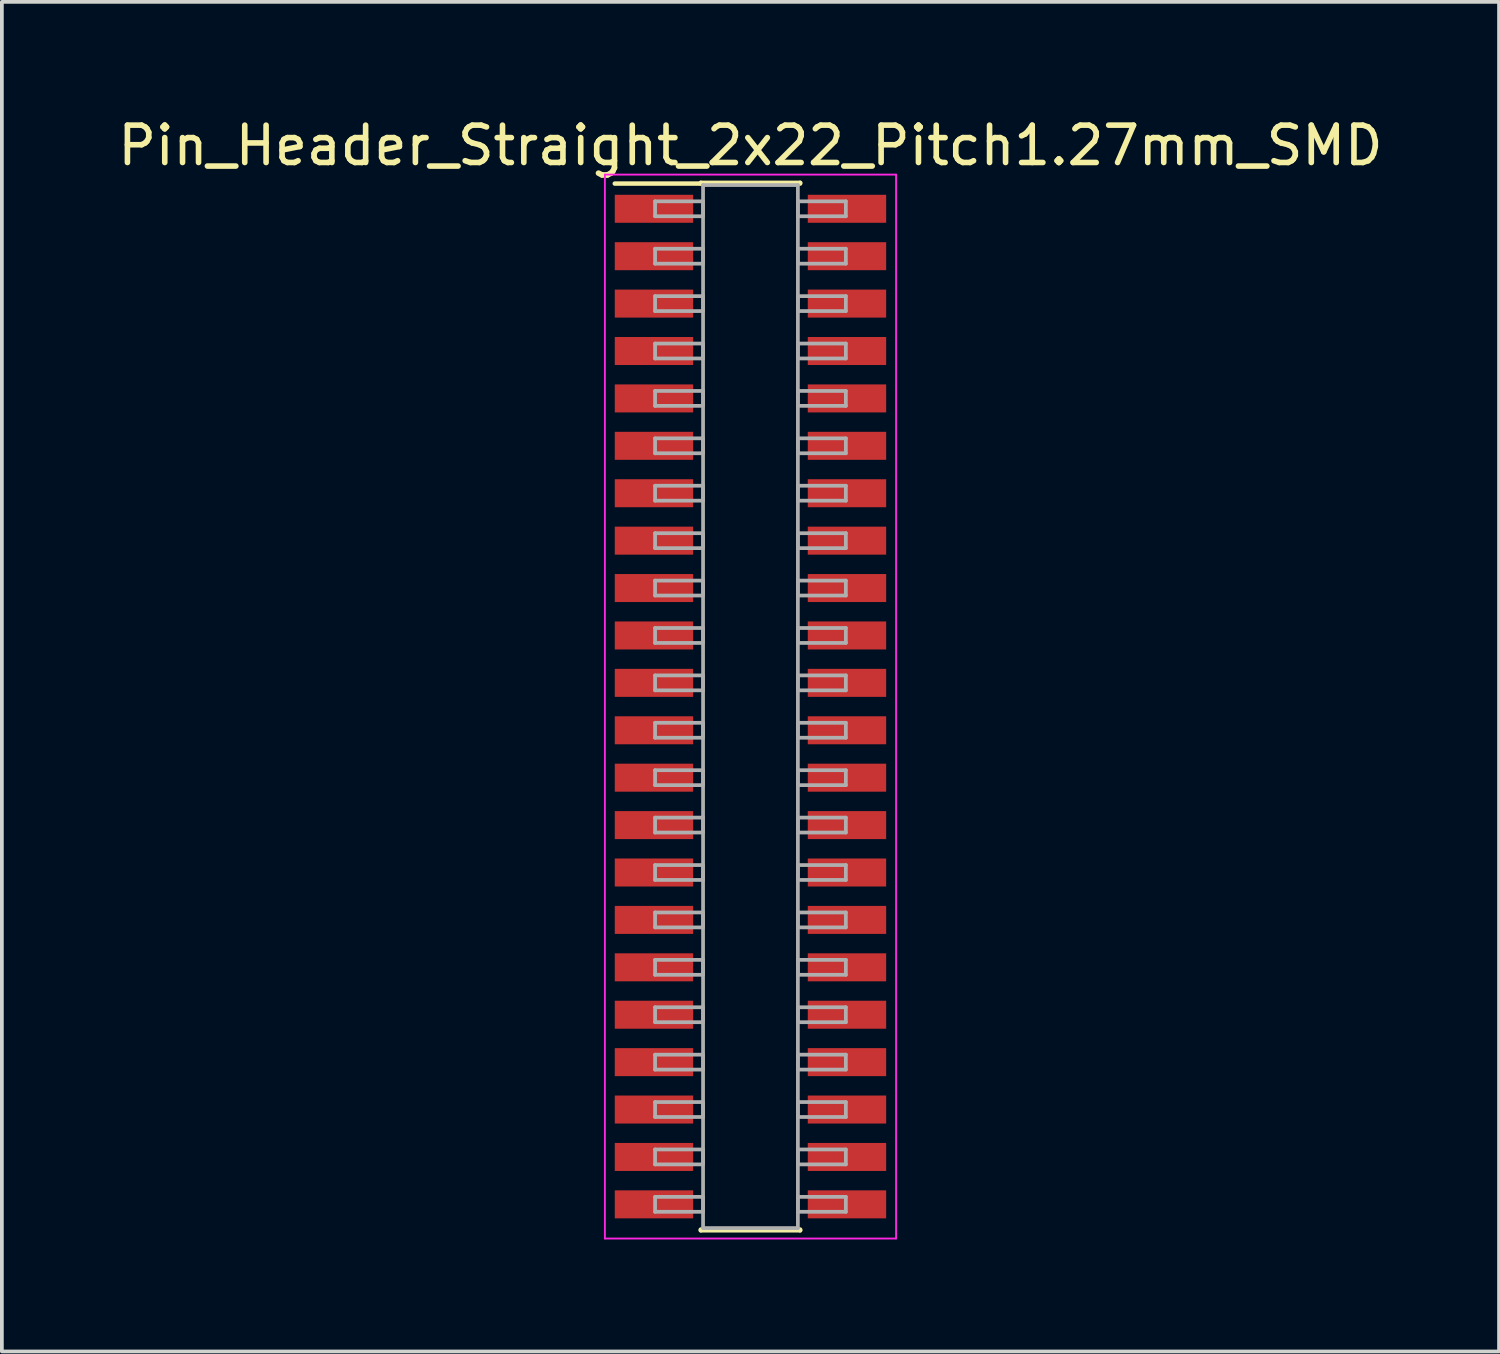
<source format=kicad_pcb>
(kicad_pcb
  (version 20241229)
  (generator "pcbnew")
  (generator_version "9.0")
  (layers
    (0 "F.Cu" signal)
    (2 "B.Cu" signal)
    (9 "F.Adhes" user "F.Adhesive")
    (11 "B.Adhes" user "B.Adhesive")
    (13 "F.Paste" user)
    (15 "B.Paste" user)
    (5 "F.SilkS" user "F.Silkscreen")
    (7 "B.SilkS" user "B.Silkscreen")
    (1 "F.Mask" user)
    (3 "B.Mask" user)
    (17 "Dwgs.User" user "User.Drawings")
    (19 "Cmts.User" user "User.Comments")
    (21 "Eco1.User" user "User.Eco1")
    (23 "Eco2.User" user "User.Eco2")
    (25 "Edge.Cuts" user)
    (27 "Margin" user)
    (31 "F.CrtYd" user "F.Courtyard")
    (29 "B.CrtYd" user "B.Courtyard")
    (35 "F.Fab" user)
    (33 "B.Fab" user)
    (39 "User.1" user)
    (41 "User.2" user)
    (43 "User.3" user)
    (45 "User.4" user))
  (footprint "Pin_Header_Straight_2x22_Pitch1.27mm_SMD"
    (layer "F.Cu")
    (at 17.054 15.878)
    (property "Reference" "Pin_Header_Straight_2x22_Pitch1.27mm_SMD" (at 0 -15.03 0) (layer "F.SilkS") (effects (font (size 1 1) (thickness 0.15))))
    (attr smd)
    (fp_line (start -3.635 -14.01) (end -1.33 -14.01) (stroke (width 0.12) (type solid)) (layer "F.SilkS"))
    (fp_line (start -1.33 -14.03) (end 1.33 -14.03) (stroke (width 0.12) (type solid)) (layer "F.SilkS"))
    (fp_line (start -1.33 -14.01) (end -1.33 -14.03) (stroke (width 0.12) (type solid)) (layer "F.SilkS"))
    (fp_line (start -1.33 14.01) (end -1.33 14.03) (stroke (width 0.12) (type solid)) (layer "F.SilkS"))
    (fp_line (start -1.33 14.03) (end 1.33 14.03) (stroke (width 0.12) (type solid)) (layer "F.SilkS"))
    (fp_line (start 1.33 -14.03) (end 1.33 -14.01) (stroke (width 0.12) (type solid)) (layer "F.SilkS"))
    (fp_line (start 1.33 14.03) (end 1.33 14.01) (stroke (width 0.12) (type solid)) (layer "F.SilkS"))
    (fp_line (start -3.9 -14.25) (end -3.9 14.25) (stroke (width 0.05) (type solid)) (layer "F.CrtYd"))
    (fp_line (start -3.9 14.25) (end 3.9 14.25) (stroke (width 0.05) (type solid)) (layer "F.CrtYd"))
    (fp_line (start 3.9 -14.25) (end -3.9 -14.25) (stroke (width 0.05) (type solid)) (layer "F.CrtYd"))
    (fp_line (start 3.9 14.25) (end 3.9 -14.25) (stroke (width 0.05) (type solid)) (layer "F.CrtYd"))
    (fp_line (start -2.555 -13.535) (end -1.27 -13.535) (stroke (width 0.1) (type solid)) (layer "F.Fab"))
    (fp_line (start -2.555 -13.135) (end -2.555 -13.535) (stroke (width 0.1) (type solid)) (layer "F.Fab"))
    (fp_line (start -2.555 -12.265) (end -1.27 -12.265) (stroke (width 0.1) (type solid)) (layer "F.Fab"))
    (fp_line (start -2.555 -11.865) (end -2.555 -12.265) (stroke (width 0.1) (type solid)) (layer "F.Fab"))
    (fp_line (start -2.555 -10.995) (end -1.27 -10.995) (stroke (width 0.1) (type solid)) (layer "F.Fab"))
    (fp_line (start -2.555 -10.595) (end -2.555 -10.995) (stroke (width 0.1) (type solid)) (layer "F.Fab"))
    (fp_line (start -2.555 -9.725) (end -1.27 -9.725) (stroke (width 0.1) (type solid)) (layer "F.Fab"))
    (fp_line (start -2.555 -9.325) (end -2.555 -9.725) (stroke (width 0.1) (type solid)) (layer "F.Fab"))
    (fp_line (start -2.555 -8.455) (end -1.27 -8.455) (stroke (width 0.1) (type solid)) (layer "F.Fab"))
    (fp_line (start -2.555 -8.055) (end -2.555 -8.455) (stroke (width 0.1) (type solid)) (layer "F.Fab"))
    (fp_line (start -2.555 -7.185) (end -1.27 -7.185) (stroke (width 0.1) (type solid)) (layer "F.Fab"))
    (fp_line (start -2.555 -6.785) (end -2.555 -7.185) (stroke (width 0.1) (type solid)) (layer "F.Fab"))
    (fp_line (start -2.555 -5.915) (end -1.27 -5.915) (stroke (width 0.1) (type solid)) (layer "F.Fab"))
    (fp_line (start -2.555 -5.515) (end -2.555 -5.915) (stroke (width 0.1) (type solid)) (layer "F.Fab"))
    (fp_line (start -2.555 -4.645) (end -1.27 -4.645) (stroke (width 0.1) (type solid)) (layer "F.Fab"))
    (fp_line (start -2.555 -4.245) (end -2.555 -4.645) (stroke (width 0.1) (type solid)) (layer "F.Fab"))
    (fp_line (start -2.555 -3.375) (end -1.27 -3.375) (stroke (width 0.1) (type solid)) (layer "F.Fab"))
    (fp_line (start -2.555 -2.975) (end -2.555 -3.375) (stroke (width 0.1) (type solid)) (layer "F.Fab"))
    (fp_line (start -2.555 -2.105) (end -1.27 -2.105) (stroke (width 0.1) (type solid)) (layer "F.Fab"))
    (fp_line (start -2.555 -1.705) (end -2.555 -2.105) (stroke (width 0.1) (type solid)) (layer "F.Fab"))
    (fp_line (start -2.555 -0.835) (end -1.27 -0.835) (stroke (width 0.1) (type solid)) (layer "F.Fab"))
    (fp_line (start -2.555 -0.435) (end -2.555 -0.835) (stroke (width 0.1) (type solid)) (layer "F.Fab"))
    (fp_line (start -2.555 0.435) (end -1.27 0.435) (stroke (width 0.1) (type solid)) (layer "F.Fab"))
    (fp_line (start -2.555 0.835) (end -2.555 0.435) (stroke (width 0.1) (type solid)) (layer "F.Fab"))
    (fp_line (start -2.555 1.705) (end -1.27 1.705) (stroke (width 0.1) (type solid)) (layer "F.Fab"))
    (fp_line (start -2.555 2.105) (end -2.555 1.705) (stroke (width 0.1) (type solid)) (layer "F.Fab"))
    (fp_line (start -2.555 2.975) (end -1.27 2.975) (stroke (width 0.1) (type solid)) (layer "F.Fab"))
    (fp_line (start -2.555 3.375) (end -2.555 2.975) (stroke (width 0.1) (type solid)) (layer "F.Fab"))
    (fp_line (start -2.555 4.245) (end -1.27 4.245) (stroke (width 0.1) (type solid)) (layer "F.Fab"))
    (fp_line (start -2.555 4.645) (end -2.555 4.245) (stroke (width 0.1) (type solid)) (layer "F.Fab"))
    (fp_line (start -2.555 5.515) (end -1.27 5.515) (stroke (width 0.1) (type solid)) (layer "F.Fab"))
    (fp_line (start -2.555 5.915) (end -2.555 5.515) (stroke (width 0.1) (type solid)) (layer "F.Fab"))
    (fp_line (start -2.555 6.785) (end -1.27 6.785) (stroke (width 0.1) (type solid)) (layer "F.Fab"))
    (fp_line (start -2.555 7.185) (end -2.555 6.785) (stroke (width 0.1) (type solid)) (layer "F.Fab"))
    (fp_line (start -2.555 8.055) (end -1.27 8.055) (stroke (width 0.1) (type solid)) (layer "F.Fab"))
    (fp_line (start -2.555 8.455) (end -2.555 8.055) (stroke (width 0.1) (type solid)) (layer "F.Fab"))
    (fp_line (start -2.555 9.325) (end -1.27 9.325) (stroke (width 0.1) (type solid)) (layer "F.Fab"))
    (fp_line (start -2.555 9.725) (end -2.555 9.325) (stroke (width 0.1) (type solid)) (layer "F.Fab"))
    (fp_line (start -2.555 10.595) (end -1.27 10.595) (stroke (width 0.1) (type solid)) (layer "F.Fab"))
    (fp_line (start -2.555 10.995) (end -2.555 10.595) (stroke (width 0.1) (type solid)) (layer "F.Fab"))
    (fp_line (start -2.555 11.865) (end -1.27 11.865) (stroke (width 0.1) (type solid)) (layer "F.Fab"))
    (fp_line (start -2.555 12.265) (end -2.555 11.865) (stroke (width 0.1) (type solid)) (layer "F.Fab"))
    (fp_line (start -2.555 13.135) (end -1.27 13.135) (stroke (width 0.1) (type solid)) (layer "F.Fab"))
    (fp_line (start -2.555 13.535) (end -2.555 13.135) (stroke (width 0.1) (type solid)) (layer "F.Fab"))
    (fp_line (start -1.27 -13.97) (end -1.27 13.97) (stroke (width 0.1) (type solid)) (layer "F.Fab"))
    (fp_line (start -1.27 -13.535) (end -1.27 -13.135) (stroke (width 0.1) (type solid)) (layer "F.Fab"))
    (fp_line (start -1.27 -13.135) (end -2.555 -13.135) (stroke (width 0.1) (type solid)) (layer "F.Fab"))
    (fp_line (start -1.27 -12.265) (end -1.27 -11.865) (stroke (width 0.1) (type solid)) (layer "F.Fab"))
    (fp_line (start -1.27 -11.865) (end -2.555 -11.865) (stroke (width 0.1) (type solid)) (layer "F.Fab"))
    (fp_line (start -1.27 -10.995) (end -1.27 -10.595) (stroke (width 0.1) (type solid)) (layer "F.Fab"))
    (fp_line (start -1.27 -10.595) (end -2.555 -10.595) (stroke (width 0.1) (type solid)) (layer "F.Fab"))
    (fp_line (start -1.27 -9.725) (end -1.27 -9.325) (stroke (width 0.1) (type solid)) (layer "F.Fab"))
    (fp_line (start -1.27 -9.325) (end -2.555 -9.325) (stroke (width 0.1) (type solid)) (layer "F.Fab"))
    (fp_line (start -1.27 -8.455) (end -1.27 -8.055) (stroke (width 0.1) (type solid)) (layer "F.Fab"))
    (fp_line (start -1.27 -8.055) (end -2.555 -8.055) (stroke (width 0.1) (type solid)) (layer "F.Fab"))
    (fp_line (start -1.27 -7.185) (end -1.27 -6.785) (stroke (width 0.1) (type solid)) (layer "F.Fab"))
    (fp_line (start -1.27 -6.785) (end -2.555 -6.785) (stroke (width 0.1) (type solid)) (layer "F.Fab"))
    (fp_line (start -1.27 -5.915) (end -1.27 -5.515) (stroke (width 0.1) (type solid)) (layer "F.Fab"))
    (fp_line (start -1.27 -5.515) (end -2.555 -5.515) (stroke (width 0.1) (type solid)) (layer "F.Fab"))
    (fp_line (start -1.27 -4.645) (end -1.27 -4.245) (stroke (width 0.1) (type solid)) (layer "F.Fab"))
    (fp_line (start -1.27 -4.245) (end -2.555 -4.245) (stroke (width 0.1) (type solid)) (layer "F.Fab"))
    (fp_line (start -1.27 -3.375) (end -1.27 -2.975) (stroke (width 0.1) (type solid)) (layer "F.Fab"))
    (fp_line (start -1.27 -2.975) (end -2.555 -2.975) (stroke (width 0.1) (type solid)) (layer "F.Fab"))
    (fp_line (start -1.27 -2.105) (end -1.27 -1.705) (stroke (width 0.1) (type solid)) (layer "F.Fab"))
    (fp_line (start -1.27 -1.705) (end -2.555 -1.705) (stroke (width 0.1) (type solid)) (layer "F.Fab"))
    (fp_line (start -1.27 -0.835) (end -1.27 -0.435) (stroke (width 0.1) (type solid)) (layer "F.Fab"))
    (fp_line (start -1.27 -0.435) (end -2.555 -0.435) (stroke (width 0.1) (type solid)) (layer "F.Fab"))
    (fp_line (start -1.27 0.435) (end -1.27 0.835) (stroke (width 0.1) (type solid)) (layer "F.Fab"))
    (fp_line (start -1.27 0.835) (end -2.555 0.835) (stroke (width 0.1) (type solid)) (layer "F.Fab"))
    (fp_line (start -1.27 1.705) (end -1.27 2.105) (stroke (width 0.1) (type solid)) (layer "F.Fab"))
    (fp_line (start -1.27 2.105) (end -2.555 2.105) (stroke (width 0.1) (type solid)) (layer "F.Fab"))
    (fp_line (start -1.27 2.975) (end -1.27 3.375) (stroke (width 0.1) (type solid)) (layer "F.Fab"))
    (fp_line (start -1.27 3.375) (end -2.555 3.375) (stroke (width 0.1) (type solid)) (layer "F.Fab"))
    (fp_line (start -1.27 4.245) (end -1.27 4.645) (stroke (width 0.1) (type solid)) (layer "F.Fab"))
    (fp_line (start -1.27 4.645) (end -2.555 4.645) (stroke (width 0.1) (type solid)) (layer "F.Fab"))
    (fp_line (start -1.27 5.515) (end -1.27 5.915) (stroke (width 0.1) (type solid)) (layer "F.Fab"))
    (fp_line (start -1.27 5.915) (end -2.555 5.915) (stroke (width 0.1) (type solid)) (layer "F.Fab"))
    (fp_line (start -1.27 6.785) (end -1.27 7.185) (stroke (width 0.1) (type solid)) (layer "F.Fab"))
    (fp_line (start -1.27 7.185) (end -2.555 7.185) (stroke (width 0.1) (type solid)) (layer "F.Fab"))
    (fp_line (start -1.27 8.055) (end -1.27 8.455) (stroke (width 0.1) (type solid)) (layer "F.Fab"))
    (fp_line (start -1.27 8.455) (end -2.555 8.455) (stroke (width 0.1) (type solid)) (layer "F.Fab"))
    (fp_line (start -1.27 9.325) (end -1.27 9.725) (stroke (width 0.1) (type solid)) (layer "F.Fab"))
    (fp_line (start -1.27 9.725) (end -2.555 9.725) (stroke (width 0.1) (type solid)) (layer "F.Fab"))
    (fp_line (start -1.27 10.595) (end -1.27 10.995) (stroke (width 0.1) (type solid)) (layer "F.Fab"))
    (fp_line (start -1.27 10.995) (end -2.555 10.995) (stroke (width 0.1) (type solid)) (layer "F.Fab"))
    (fp_line (start -1.27 11.865) (end -1.27 12.265) (stroke (width 0.1) (type solid)) (layer "F.Fab"))
    (fp_line (start -1.27 12.265) (end -2.555 12.265) (stroke (width 0.1) (type solid)) (layer "F.Fab"))
    (fp_line (start -1.27 13.135) (end -1.27 13.535) (stroke (width 0.1) (type solid)) (layer "F.Fab"))
    (fp_line (start -1.27 13.535) (end -2.555 13.535) (stroke (width 0.1) (type solid)) (layer "F.Fab"))
    (fp_line (start -1.27 13.97) (end 1.27 13.97) (stroke (width 0.1) (type solid)) (layer "F.Fab"))
    (fp_line (start 1.27 -13.97) (end -1.27 -13.97) (stroke (width 0.1) (type solid)) (layer "F.Fab"))
    (fp_line (start 1.27 -13.535) (end 1.27 -13.135) (stroke (width 0.1) (type solid)) (layer "F.Fab"))
    (fp_line (start 1.27 -13.135) (end 2.555 -13.135) (stroke (width 0.1) (type solid)) (layer "F.Fab"))
    (fp_line (start 1.27 -12.265) (end 1.27 -11.865) (stroke (width 0.1) (type solid)) (layer "F.Fab"))
    (fp_line (start 1.27 -11.865) (end 2.555 -11.865) (stroke (width 0.1) (type solid)) (layer "F.Fab"))
    (fp_line (start 1.27 -10.995) (end 1.27 -10.595) (stroke (width 0.1) (type solid)) (layer "F.Fab"))
    (fp_line (start 1.27 -10.595) (end 2.555 -10.595) (stroke (width 0.1) (type solid)) (layer "F.Fab"))
    (fp_line (start 1.27 -9.725) (end 1.27 -9.325) (stroke (width 0.1) (type solid)) (layer "F.Fab"))
    (fp_line (start 1.27 -9.325) (end 2.555 -9.325) (stroke (width 0.1) (type solid)) (layer "F.Fab"))
    (fp_line (start 1.27 -8.455) (end 1.27 -8.055) (stroke (width 0.1) (type solid)) (layer "F.Fab"))
    (fp_line (start 1.27 -8.055) (end 2.555 -8.055) (stroke (width 0.1) (type solid)) (layer "F.Fab"))
    (fp_line (start 1.27 -7.185) (end 1.27 -6.785) (stroke (width 0.1) (type solid)) (layer "F.Fab"))
    (fp_line (start 1.27 -6.785) (end 2.555 -6.785) (stroke (width 0.1) (type solid)) (layer "F.Fab"))
    (fp_line (start 1.27 -5.915) (end 1.27 -5.515) (stroke (width 0.1) (type solid)) (layer "F.Fab"))
    (fp_line (start 1.27 -5.515) (end 2.555 -5.515) (stroke (width 0.1) (type solid)) (layer "F.Fab"))
    (fp_line (start 1.27 -4.645) (end 1.27 -4.245) (stroke (width 0.1) (type solid)) (layer "F.Fab"))
    (fp_line (start 1.27 -4.245) (end 2.555 -4.245) (stroke (width 0.1) (type solid)) (layer "F.Fab"))
    (fp_line (start 1.27 -3.375) (end 1.27 -2.975) (stroke (width 0.1) (type solid)) (layer "F.Fab"))
    (fp_line (start 1.27 -2.975) (end 2.555 -2.975) (stroke (width 0.1) (type solid)) (layer "F.Fab"))
    (fp_line (start 1.27 -2.105) (end 1.27 -1.705) (stroke (width 0.1) (type solid)) (layer "F.Fab"))
    (fp_line (start 1.27 -1.705) (end 2.555 -1.705) (stroke (width 0.1) (type solid)) (layer "F.Fab"))
    (fp_line (start 1.27 -0.835) (end 1.27 -0.435) (stroke (width 0.1) (type solid)) (layer "F.Fab"))
    (fp_line (start 1.27 -0.435) (end 2.555 -0.435) (stroke (width 0.1) (type solid)) (layer "F.Fab"))
    (fp_line (start 1.27 0.435) (end 1.27 0.835) (stroke (width 0.1) (type solid)) (layer "F.Fab"))
    (fp_line (start 1.27 0.835) (end 2.555 0.835) (stroke (width 0.1) (type solid)) (layer "F.Fab"))
    (fp_line (start 1.27 1.705) (end 1.27 2.105) (stroke (width 0.1) (type solid)) (layer "F.Fab"))
    (fp_line (start 1.27 2.105) (end 2.555 2.105) (stroke (width 0.1) (type solid)) (layer "F.Fab"))
    (fp_line (start 1.27 2.975) (end 1.27 3.375) (stroke (width 0.1) (type solid)) (layer "F.Fab"))
    (fp_line (start 1.27 3.375) (end 2.555 3.375) (stroke (width 0.1) (type solid)) (layer "F.Fab"))
    (fp_line (start 1.27 4.245) (end 1.27 4.645) (stroke (width 0.1) (type solid)) (layer "F.Fab"))
    (fp_line (start 1.27 4.645) (end 2.555 4.645) (stroke (width 0.1) (type solid)) (layer "F.Fab"))
    (fp_line (start 1.27 5.515) (end 1.27 5.915) (stroke (width 0.1) (type solid)) (layer "F.Fab"))
    (fp_line (start 1.27 5.915) (end 2.555 5.915) (stroke (width 0.1) (type solid)) (layer "F.Fab"))
    (fp_line (start 1.27 6.785) (end 1.27 7.185) (stroke (width 0.1) (type solid)) (layer "F.Fab"))
    (fp_line (start 1.27 7.185) (end 2.555 7.185) (stroke (width 0.1) (type solid)) (layer "F.Fab"))
    (fp_line (start 1.27 8.055) (end 1.27 8.455) (stroke (width 0.1) (type solid)) (layer "F.Fab"))
    (fp_line (start 1.27 8.455) (end 2.555 8.455) (stroke (width 0.1) (type solid)) (layer "F.Fab"))
    (fp_line (start 1.27 9.325) (end 1.27 9.725) (stroke (width 0.1) (type solid)) (layer "F.Fab"))
    (fp_line (start 1.27 9.725) (end 2.555 9.725) (stroke (width 0.1) (type solid)) (layer "F.Fab"))
    (fp_line (start 1.27 10.595) (end 1.27 10.995) (stroke (width 0.1) (type solid)) (layer "F.Fab"))
    (fp_line (start 1.27 10.995) (end 2.555 10.995) (stroke (width 0.1) (type solid)) (layer "F.Fab"))
    (fp_line (start 1.27 11.865) (end 1.27 12.265) (stroke (width 0.1) (type solid)) (layer "F.Fab"))
    (fp_line (start 1.27 12.265) (end 2.555 12.265) (stroke (width 0.1) (type solid)) (layer "F.Fab"))
    (fp_line (start 1.27 13.135) (end 1.27 13.535) (stroke (width 0.1) (type solid)) (layer "F.Fab"))
    (fp_line (start 1.27 13.535) (end 2.555 13.535) (stroke (width 0.1) (type solid)) (layer "F.Fab"))
    (fp_line (start 1.27 13.97) (end 1.27 -13.97) (stroke (width 0.1) (type solid)) (layer "F.Fab"))
    (fp_line (start 2.555 -13.535) (end 1.27 -13.535) (stroke (width 0.1) (type solid)) (layer "F.Fab"))
    (fp_line (start 2.555 -13.135) (end 2.555 -13.535) (stroke (width 0.1) (type solid)) (layer "F.Fab"))
    (fp_line (start 2.555 -12.265) (end 1.27 -12.265) (stroke (width 0.1) (type solid)) (layer "F.Fab"))
    (fp_line (start 2.555 -11.865) (end 2.555 -12.265) (stroke (width 0.1) (type solid)) (layer "F.Fab"))
    (fp_line (start 2.555 -10.995) (end 1.27 -10.995) (stroke (width 0.1) (type solid)) (layer "F.Fab"))
    (fp_line (start 2.555 -10.595) (end 2.555 -10.995) (stroke (width 0.1) (type solid)) (layer "F.Fab"))
    (fp_line (start 2.555 -9.725) (end 1.27 -9.725) (stroke (width 0.1) (type solid)) (layer "F.Fab"))
    (fp_line (start 2.555 -9.325) (end 2.555 -9.725) (stroke (width 0.1) (type solid)) (layer "F.Fab"))
    (fp_line (start 2.555 -8.455) (end 1.27 -8.455) (stroke (width 0.1) (type solid)) (layer "F.Fab"))
    (fp_line (start 2.555 -8.055) (end 2.555 -8.455) (stroke (width 0.1) (type solid)) (layer "F.Fab"))
    (fp_line (start 2.555 -7.185) (end 1.27 -7.185) (stroke (width 0.1) (type solid)) (layer "F.Fab"))
    (fp_line (start 2.555 -6.785) (end 2.555 -7.185) (stroke (width 0.1) (type solid)) (layer "F.Fab"))
    (fp_line (start 2.555 -5.915) (end 1.27 -5.915) (stroke (width 0.1) (type solid)) (layer "F.Fab"))
    (fp_line (start 2.555 -5.515) (end 2.555 -5.915) (stroke (width 0.1) (type solid)) (layer "F.Fab"))
    (fp_line (start 2.555 -4.645) (end 1.27 -4.645) (stroke (width 0.1) (type solid)) (layer "F.Fab"))
    (fp_line (start 2.555 -4.245) (end 2.555 -4.645) (stroke (width 0.1) (type solid)) (layer "F.Fab"))
    (fp_line (start 2.555 -3.375) (end 1.27 -3.375) (stroke (width 0.1) (type solid)) (layer "F.Fab"))
    (fp_line (start 2.555 -2.975) (end 2.555 -3.375) (stroke (width 0.1) (type solid)) (layer "F.Fab"))
    (fp_line (start 2.555 -2.105) (end 1.27 -2.105) (stroke (width 0.1) (type solid)) (layer "F.Fab"))
    (fp_line (start 2.555 -1.705) (end 2.555 -2.105) (stroke (width 0.1) (type solid)) (layer "F.Fab"))
    (fp_line (start 2.555 -0.835) (end 1.27 -0.835) (stroke (width 0.1) (type solid)) (layer "F.Fab"))
    (fp_line (start 2.555 -0.435) (end 2.555 -0.835) (stroke (width 0.1) (type solid)) (layer "F.Fab"))
    (fp_line (start 2.555 0.435) (end 1.27 0.435) (stroke (width 0.1) (type solid)) (layer "F.Fab"))
    (fp_line (start 2.555 0.835) (end 2.555 0.435) (stroke (width 0.1) (type solid)) (layer "F.Fab"))
    (fp_line (start 2.555 1.705) (end 1.27 1.705) (stroke (width 0.1) (type solid)) (layer "F.Fab"))
    (fp_line (start 2.555 2.105) (end 2.555 1.705) (stroke (width 0.1) (type solid)) (layer "F.Fab"))
    (fp_line (start 2.555 2.975) (end 1.27 2.975) (stroke (width 0.1) (type solid)) (layer "F.Fab"))
    (fp_line (start 2.555 3.375) (end 2.555 2.975) (stroke (width 0.1) (type solid)) (layer "F.Fab"))
    (fp_line (start 2.555 4.245) (end 1.27 4.245) (stroke (width 0.1) (type solid)) (layer "F.Fab"))
    (fp_line (start 2.555 4.645) (end 2.555 4.245) (stroke (width 0.1) (type solid)) (layer "F.Fab"))
    (fp_line (start 2.555 5.515) (end 1.27 5.515) (stroke (width 0.1) (type solid)) (layer "F.Fab"))
    (fp_line (start 2.555 5.915) (end 2.555 5.515) (stroke (width 0.1) (type solid)) (layer "F.Fab"))
    (fp_line (start 2.555 6.785) (end 1.27 6.785) (stroke (width 0.1) (type solid)) (layer "F.Fab"))
    (fp_line (start 2.555 7.185) (end 2.555 6.785) (stroke (width 0.1) (type solid)) (layer "F.Fab"))
    (fp_line (start 2.555 8.055) (end 1.27 8.055) (stroke (width 0.1) (type solid)) (layer "F.Fab"))
    (fp_line (start 2.555 8.455) (end 2.555 8.055) (stroke (width 0.1) (type solid)) (layer "F.Fab"))
    (fp_line (start 2.555 9.325) (end 1.27 9.325) (stroke (width 0.1) (type solid)) (layer "F.Fab"))
    (fp_line (start 2.555 9.725) (end 2.555 9.325) (stroke (width 0.1) (type solid)) (layer "F.Fab"))
    (fp_line (start 2.555 10.595) (end 1.27 10.595) (stroke (width 0.1) (type solid)) (layer "F.Fab"))
    (fp_line (start 2.555 10.995) (end 2.555 10.595) (stroke (width 0.1) (type solid)) (layer "F.Fab"))
    (fp_line (start 2.555 11.865) (end 1.27 11.865) (stroke (width 0.1) (type solid)) (layer "F.Fab"))
    (fp_line (start 2.555 12.265) (end 2.555 11.865) (stroke (width 0.1) (type solid)) (layer "F.Fab"))
    (fp_line (start 2.555 13.135) (end 1.27 13.135) (stroke (width 0.1) (type solid)) (layer "F.Fab"))
    (fp_line (start 2.555 13.535) (end 2.555 13.135) (stroke (width 0.1) (type solid)) (layer "F.Fab"))
    (pad "1" smd rect (at -2.585 -13.335) (size 2.1 0.75) (layers "F.Cu" "F.Mask"))
    (pad "2" smd rect (at 2.585 -13.335) (size 2.1 0.75) (layers "F.Cu" "F.Mask"))
    (pad "3" smd rect (at -2.585 -12.065) (size 2.1 0.75) (layers "F.Cu" "F.Mask"))
    (pad "4" smd rect (at 2.585 -12.065) (size 2.1 0.75) (layers "F.Cu" "F.Mask"))
    (pad "5" smd rect (at -2.585 -10.795) (size 2.1 0.75) (layers "F.Cu" "F.Mask"))
    (pad "6" smd rect (at 2.585 -10.795) (size 2.1 0.75) (layers "F.Cu" "F.Mask"))
    (pad "7" smd rect (at -2.585 -9.525) (size 2.1 0.75) (layers "F.Cu" "F.Mask"))
    (pad "8" smd rect (at 2.585 -9.525) (size 2.1 0.75) (layers "F.Cu" "F.Mask"))
    (pad "9" smd rect (at -2.585 -8.255) (size 2.1 0.75) (layers "F.Cu" "F.Mask"))
    (pad "10" smd rect (at 2.585 -8.255) (size 2.1 0.75) (layers "F.Cu" "F.Mask"))
    (pad "11" smd rect (at -2.585 -6.985) (size 2.1 0.75) (layers "F.Cu" "F.Mask"))
    (pad "12" smd rect (at 2.585 -6.985) (size 2.1 0.75) (layers "F.Cu" "F.Mask"))
    (pad "13" smd rect (at -2.585 -5.715) (size 2.1 0.75) (layers "F.Cu" "F.Mask"))
    (pad "14" smd rect (at 2.585 -5.715) (size 2.1 0.75) (layers "F.Cu" "F.Mask"))
    (pad "15" smd rect (at -2.585 -4.445) (size 2.1 0.75) (layers "F.Cu" "F.Mask"))
    (pad "16" smd rect (at 2.585 -4.445) (size 2.1 0.75) (layers "F.Cu" "F.Mask"))
    (pad "17" smd rect (at -2.585 -3.175) (size 2.1 0.75) (layers "F.Cu" "F.Mask"))
    (pad "18" smd rect (at 2.585 -3.175) (size 2.1 0.75) (layers "F.Cu" "F.Mask"))
    (pad "19" smd rect (at -2.585 -1.905) (size 2.1 0.75) (layers "F.Cu" "F.Mask"))
    (pad "20" smd rect (at 2.585 -1.905) (size 2.1 0.75) (layers "F.Cu" "F.Mask"))
    (pad "21" smd rect (at -2.585 -0.635) (size 2.1 0.75) (layers "F.Cu" "F.Mask"))
    (pad "22" smd rect (at 2.585 -0.635) (size 2.1 0.75) (layers "F.Cu" "F.Mask"))
    (pad "23" smd rect (at -2.585 0.635) (size 2.1 0.75) (layers "F.Cu" "F.Mask"))
    (pad "24" smd rect (at 2.585 0.635) (size 2.1 0.75) (layers "F.Cu" "F.Mask"))
    (pad "25" smd rect (at -2.585 1.905) (size 2.1 0.75) (layers "F.Cu" "F.Mask"))
    (pad "26" smd rect (at 2.585 1.905) (size 2.1 0.75) (layers "F.Cu" "F.Mask"))
    (pad "27" smd rect (at -2.585 3.175) (size 2.1 0.75) (layers "F.Cu" "F.Mask"))
    (pad "28" smd rect (at 2.585 3.175) (size 2.1 0.75) (layers "F.Cu" "F.Mask"))
    (pad "29" smd rect (at -2.585 4.445) (size 2.1 0.75) (layers "F.Cu" "F.Mask"))
    (pad "30" smd rect (at 2.585 4.445) (size 2.1 0.75) (layers "F.Cu" "F.Mask"))
    (pad "31" smd rect (at -2.585 5.715) (size 2.1 0.75) (layers "F.Cu" "F.Mask"))
    (pad "32" smd rect (at 2.585 5.715) (size 2.1 0.75) (layers "F.Cu" "F.Mask"))
    (pad "33" smd rect (at -2.585 6.985) (size 2.1 0.75) (layers "F.Cu" "F.Mask"))
    (pad "34" smd rect (at 2.585 6.985) (size 2.1 0.75) (layers "F.Cu" "F.Mask"))
    (pad "35" smd rect (at -2.585 8.255) (size 2.1 0.75) (layers "F.Cu" "F.Mask"))
    (pad "36" smd rect (at 2.585 8.255) (size 2.1 0.75) (layers "F.Cu" "F.Mask"))
    (pad "37" smd rect (at -2.585 9.525) (size 2.1 0.75) (layers "F.Cu" "F.Mask"))
    (pad "38" smd rect (at 2.585 9.525) (size 2.1 0.75) (layers "F.Cu" "F.Mask"))
    (pad "39" smd rect (at -2.585 10.795) (size 2.1 0.75) (layers "F.Cu" "F.Mask"))
    (pad "40" smd rect (at 2.585 10.795) (size 2.1 0.75) (layers "F.Cu" "F.Mask"))
    (pad "41" smd rect (at -2.585 12.065) (size 2.1 0.75) (layers "F.Cu" "F.Mask"))
    (pad "42" smd rect (at 2.585 12.065) (size 2.1 0.75) (layers "F.Cu" "F.Mask"))
    (pad "43" smd rect (at -2.585 13.335) (size 2.1 0.75) (layers "F.Cu" "F.Mask"))
    (pad "44" smd rect (at 2.585 13.335) (size 2.1 0.75) (layers "F.Cu" "F.Mask")))
  (gr_rect
    (start -3 -3)
    (end 37.107 33.153)
    (stroke (width 0.1) (type default))
    (fill no)
    (layer "Edge.Cuts")))
</source>
